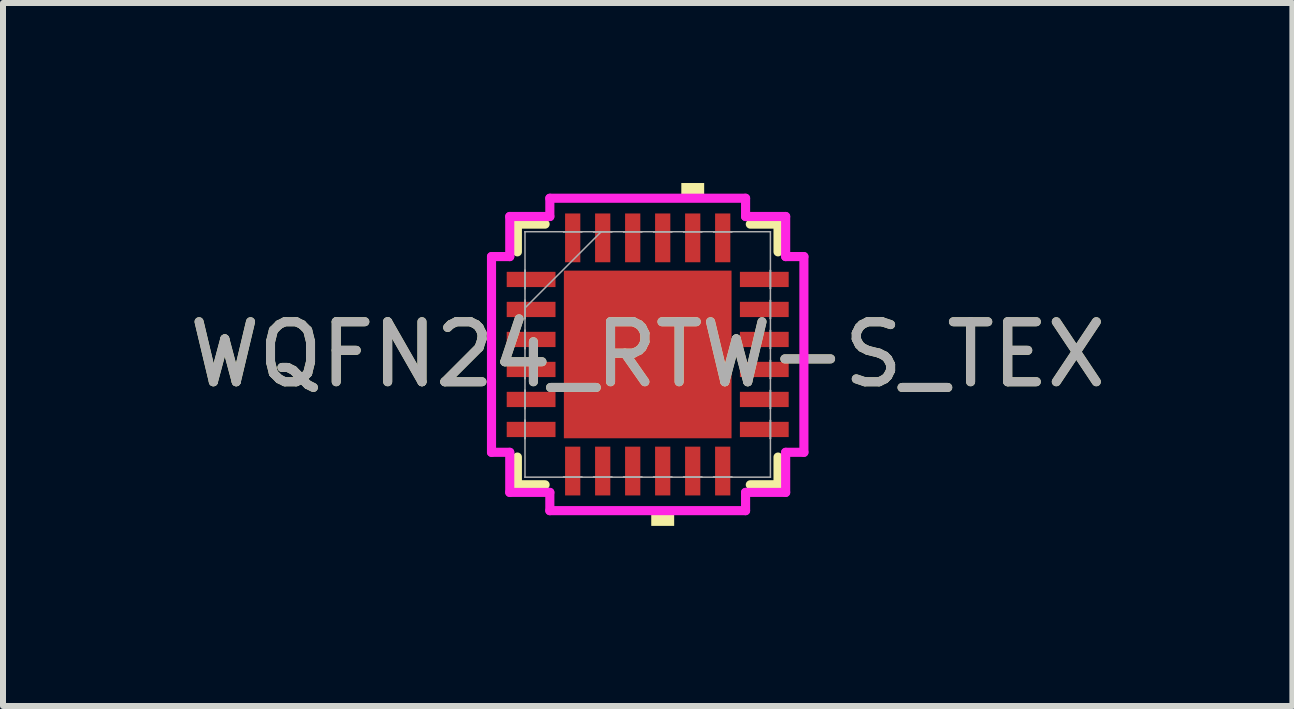
<source format=kicad_pcb>
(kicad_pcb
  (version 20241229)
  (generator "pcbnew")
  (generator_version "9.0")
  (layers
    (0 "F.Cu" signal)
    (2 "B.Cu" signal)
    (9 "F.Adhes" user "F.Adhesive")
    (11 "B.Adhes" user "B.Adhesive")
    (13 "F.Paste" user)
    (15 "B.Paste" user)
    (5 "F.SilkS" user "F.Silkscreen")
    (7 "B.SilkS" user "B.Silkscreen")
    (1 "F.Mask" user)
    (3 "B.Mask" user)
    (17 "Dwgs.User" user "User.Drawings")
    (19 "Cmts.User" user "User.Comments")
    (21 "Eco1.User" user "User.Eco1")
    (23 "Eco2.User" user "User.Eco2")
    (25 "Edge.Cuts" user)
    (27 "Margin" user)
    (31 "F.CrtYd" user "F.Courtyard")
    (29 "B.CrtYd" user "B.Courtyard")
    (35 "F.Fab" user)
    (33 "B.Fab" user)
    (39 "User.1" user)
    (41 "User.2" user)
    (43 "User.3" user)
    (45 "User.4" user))
  (footprint "WQFN24_RTW-S_TEX"
    (layer "F.Cu")
    (at 7.744 2.857)
    (property "Reference" "WQFN24_RTW-S_TEX" (at 0 0 0) (unlocked yes) (layer "F.SilkS") (effects (font (size 1 1) (thickness 0.15))))
    (attr smd)
    (fp_line (start -2.172 -2.172) (end -2.172 -1.71) (stroke (width 0.152) (type solid)) (layer "F.SilkS"))
    (fp_line (start -2.172 1.71) (end -2.172 2.172) (stroke (width 0.152) (type solid)) (layer "F.SilkS"))
    (fp_line (start -2.172 2.172) (end -1.71 2.172) (stroke (width 0.152) (type solid)) (layer "F.SilkS"))
    (fp_line (start -1.71 -2.172) (end -2.172 -2.172) (stroke (width 0.152) (type solid)) (layer "F.SilkS"))
    (fp_line (start 1.71 2.172) (end 2.172 2.172) (stroke (width 0.152) (type solid)) (layer "F.SilkS"))
    (fp_line (start 2.172 -2.172) (end 1.71 -2.172) (stroke (width 0.152) (type solid)) (layer "F.SilkS"))
    (fp_line (start 2.172 -1.71) (end 2.172 -2.172) (stroke (width 0.152) (type solid)) (layer "F.SilkS"))
    (fp_line (start 2.172 2.172) (end 2.172 1.71) (stroke (width 0.152) (type solid)) (layer "F.SilkS"))
    (fp_poly (pts (xy 0.059 2.603) (xy 0.059 2.857) (xy 0.441 2.857) (xy 0.441 2.603)) (stroke (width 0) (type solid)) (fill yes) (layer "F.SilkS"))
    (fp_poly (pts (xy 0.56 -2.603) (xy 0.56 -2.857) (xy 0.941 -2.857) (xy 0.941 -2.603)) (stroke (width 0) (type solid)) (fill yes) (layer "F.SilkS"))
    (fp_poly (pts (xy -1.297 -1.297) (xy -1.297 -0.1) (xy -0.1 -0.1) (xy -0.1 -1.297)) (stroke (width 0) (type solid)) (fill yes) (layer "F.Paste"))
    (fp_poly (pts (xy -1.297 0.1) (xy -1.297 1.297) (xy -0.1 1.297) (xy -0.1 0.1)) (stroke (width 0) (type solid)) (fill yes) (layer "F.Paste"))
    (fp_poly (pts (xy 0.1 -1.297) (xy 0.1 -0.1) (xy 1.297 -0.1) (xy 1.297 -1.297)) (stroke (width 0) (type solid)) (fill yes) (layer "F.Paste"))
    (fp_poly (pts (xy 0.1 0.1) (xy 0.1 1.297) (xy 1.297 1.297) (xy 1.297 0.1)) (stroke (width 0) (type solid)) (fill yes) (layer "F.Paste"))
    (fp_line (start -2.603 -1.631) (end -2.299 -1.631) (stroke (width 0.152) (type solid)) (layer "F.CrtYd"))
    (fp_line (start -2.603 1.631) (end -2.603 -1.631) (stroke (width 0.152) (type solid)) (layer "F.CrtYd"))
    (fp_line (start -2.299 -2.299) (end -1.631 -2.299) (stroke (width 0.152) (type solid)) (layer "F.CrtYd"))
    (fp_line (start -2.299 -1.631) (end -2.299 -2.299) (stroke (width 0.152) (type solid)) (layer "F.CrtYd"))
    (fp_line (start -2.299 1.631) (end -2.603 1.631) (stroke (width 0.152) (type solid)) (layer "F.CrtYd"))
    (fp_line (start -2.299 2.299) (end -2.299 1.631) (stroke (width 0.152) (type solid)) (layer "F.CrtYd"))
    (fp_line (start -1.631 -2.603) (end 1.631 -2.603) (stroke (width 0.152) (type solid)) (layer "F.CrtYd"))
    (fp_line (start -1.631 -2.299) (end -1.631 -2.603) (stroke (width 0.152) (type solid)) (layer "F.CrtYd"))
    (fp_line (start -1.631 2.299) (end -2.299 2.299) (stroke (width 0.152) (type solid)) (layer "F.CrtYd"))
    (fp_line (start -1.631 2.603) (end -1.631 2.299) (stroke (width 0.152) (type solid)) (layer "F.CrtYd"))
    (fp_line (start 1.631 -2.603) (end 1.631 -2.299) (stroke (width 0.152) (type solid)) (layer "F.CrtYd"))
    (fp_line (start 1.631 -2.299) (end 2.299 -2.299) (stroke (width 0.152) (type solid)) (layer "F.CrtYd"))
    (fp_line (start 1.631 2.299) (end 1.631 2.603) (stroke (width 0.152) (type solid)) (layer "F.CrtYd"))
    (fp_line (start 1.631 2.603) (end -1.631 2.603) (stroke (width 0.152) (type solid)) (layer "F.CrtYd"))
    (fp_line (start 2.299 -2.299) (end 2.299 -1.631) (stroke (width 0.152) (type solid)) (layer "F.CrtYd"))
    (fp_line (start 2.299 -1.631) (end 2.603 -1.631) (stroke (width 0.152) (type solid)) (layer "F.CrtYd"))
    (fp_line (start 2.299 1.631) (end 2.299 2.299) (stroke (width 0.152) (type solid)) (layer "F.CrtYd"))
    (fp_line (start 2.299 2.299) (end 1.631 2.299) (stroke (width 0.152) (type solid)) (layer "F.CrtYd"))
    (fp_line (start 2.603 -1.631) (end 2.603 1.631) (stroke (width 0.152) (type solid)) (layer "F.CrtYd"))
    (fp_line (start 2.603 1.631) (end 2.299 1.631) (stroke (width 0.152) (type solid)) (layer "F.CrtYd"))
    (fp_line (start -2.045 -2.045) (end -2.045 -2.045) (stroke (width 0.025) (type solid)) (layer "F.Fab"))
    (fp_line (start -2.045 -2.045) (end -2.045 2.045) (stroke (width 0.025) (type solid)) (layer "F.Fab"))
    (fp_line (start -2.045 -1.402) (end -2.045 -1.402) (stroke (width 0.025) (type solid)) (layer "F.Fab"))
    (fp_line (start -2.045 -1.402) (end -2.045 -1.098) (stroke (width 0.025) (type solid)) (layer "F.Fab"))
    (fp_line (start -2.045 -1.098) (end -2.045 -1.402) (stroke (width 0.025) (type solid)) (layer "F.Fab"))
    (fp_line (start -2.045 -1.098) (end -2.045 -1.098) (stroke (width 0.025) (type solid)) (layer "F.Fab"))
    (fp_line (start -2.045 -0.902) (end -2.045 -0.902) (stroke (width 0.025) (type solid)) (layer "F.Fab"))
    (fp_line (start -2.045 -0.902) (end -2.045 -0.598) (stroke (width 0.025) (type solid)) (layer "F.Fab"))
    (fp_line (start -2.045 -0.775) (end -0.775 -2.045) (stroke (width 0.025) (type solid)) (layer "F.Fab"))
    (fp_line (start -2.045 -0.598) (end -2.045 -0.902) (stroke (width 0.025) (type solid)) (layer "F.Fab"))
    (fp_line (start -2.045 -0.598) (end -2.045 -0.598) (stroke (width 0.025) (type solid)) (layer "F.Fab"))
    (fp_line (start -2.045 -0.402) (end -2.045 -0.402) (stroke (width 0.025) (type solid)) (layer "F.Fab"))
    (fp_line (start -2.045 -0.402) (end -2.045 -0.098) (stroke (width 0.025) (type solid)) (layer "F.Fab"))
    (fp_line (start -2.045 -0.098) (end -2.045 -0.402) (stroke (width 0.025) (type solid)) (layer "F.Fab"))
    (fp_line (start -2.045 -0.098) (end -2.045 -0.098) (stroke (width 0.025) (type solid)) (layer "F.Fab"))
    (fp_line (start -2.045 0.098) (end -2.045 0.098) (stroke (width 0.025) (type solid)) (layer "F.Fab"))
    (fp_line (start -2.045 0.098) (end -2.045 0.402) (stroke (width 0.025) (type solid)) (layer "F.Fab"))
    (fp_line (start -2.045 0.402) (end -2.045 0.098) (stroke (width 0.025) (type solid)) (layer "F.Fab"))
    (fp_line (start -2.045 0.402) (end -2.045 0.402) (stroke (width 0.025) (type solid)) (layer "F.Fab"))
    (fp_line (start -2.045 0.598) (end -2.045 0.598) (stroke (width 0.025) (type solid)) (layer "F.Fab"))
    (fp_line (start -2.045 0.598) (end -2.045 0.902) (stroke (width 0.025) (type solid)) (layer "F.Fab"))
    (fp_line (start -2.045 0.902) (end -2.045 0.598) (stroke (width 0.025) (type solid)) (layer "F.Fab"))
    (fp_line (start -2.045 0.902) (end -2.045 0.902) (stroke (width 0.025) (type solid)) (layer "F.Fab"))
    (fp_line (start -2.045 1.098) (end -2.045 1.098) (stroke (width 0.025) (type solid)) (layer "F.Fab"))
    (fp_line (start -2.045 1.098) (end -2.045 1.402) (stroke (width 0.025) (type solid)) (layer "F.Fab"))
    (fp_line (start -2.045 1.402) (end -2.045 1.098) (stroke (width 0.025) (type solid)) (layer "F.Fab"))
    (fp_line (start -2.045 1.402) (end -2.045 1.402) (stroke (width 0.025) (type solid)) (layer "F.Fab"))
    (fp_line (start -2.045 2.045) (end -2.045 2.045) (stroke (width 0.025) (type solid)) (layer "F.Fab"))
    (fp_line (start -2.045 2.045) (end 2.045 2.045) (stroke (width 0.025) (type solid)) (layer "F.Fab"))
    (fp_line (start -1.402 -2.045) (end -1.402 -2.045) (stroke (width 0.025) (type solid)) (layer "F.Fab"))
    (fp_line (start -1.402 -2.045) (end -1.098 -2.045) (stroke (width 0.025) (type solid)) (layer "F.Fab"))
    (fp_line (start -1.402 2.045) (end -1.402 2.045) (stroke (width 0.025) (type solid)) (layer "F.Fab"))
    (fp_line (start -1.402 2.045) (end -1.098 2.045) (stroke (width 0.025) (type solid)) (layer "F.Fab"))
    (fp_line (start -1.098 -2.045) (end -1.402 -2.045) (stroke (width 0.025) (type solid)) (layer "F.Fab"))
    (fp_line (start -1.098 -2.045) (end -1.098 -2.045) (stroke (width 0.025) (type solid)) (layer "F.Fab"))
    (fp_line (start -1.098 2.045) (end -1.402 2.045) (stroke (width 0.025) (type solid)) (layer "F.Fab"))
    (fp_line (start -1.098 2.045) (end -1.098 2.045) (stroke (width 0.025) (type solid)) (layer "F.Fab"))
    (fp_line (start -0.902 -2.045) (end -0.902 -2.045) (stroke (width 0.025) (type solid)) (layer "F.Fab"))
    (fp_line (start -0.902 -2.045) (end -0.598 -2.045) (stroke (width 0.025) (type solid)) (layer "F.Fab"))
    (fp_line (start -0.902 2.045) (end -0.902 2.045) (stroke (width 0.025) (type solid)) (layer "F.Fab"))
    (fp_line (start -0.902 2.045) (end -0.598 2.045) (stroke (width 0.025) (type solid)) (layer "F.Fab"))
    (fp_line (start -0.598 -2.045) (end -0.902 -2.045) (stroke (width 0.025) (type solid)) (layer "F.Fab"))
    (fp_line (start -0.598 -2.045) (end -0.598 -2.045) (stroke (width 0.025) (type solid)) (layer "F.Fab"))
    (fp_line (start -0.598 2.045) (end -0.902 2.045) (stroke (width 0.025) (type solid)) (layer "F.Fab"))
    (fp_line (start -0.598 2.045) (end -0.598 2.045) (stroke (width 0.025) (type solid)) (layer "F.Fab"))
    (fp_line (start -0.402 -2.045) (end -0.402 -2.045) (stroke (width 0.025) (type solid)) (layer "F.Fab"))
    (fp_line (start -0.402 -2.045) (end -0.098 -2.045) (stroke (width 0.025) (type solid)) (layer "F.Fab"))
    (fp_line (start -0.402 2.045) (end -0.402 2.045) (stroke (width 0.025) (type solid)) (layer "F.Fab"))
    (fp_line (start -0.402 2.045) (end -0.098 2.045) (stroke (width 0.025) (type solid)) (layer "F.Fab"))
    (fp_line (start -0.098 -2.045) (end -0.402 -2.045) (stroke (width 0.025) (type solid)) (layer "F.Fab"))
    (fp_line (start -0.098 -2.045) (end -0.098 -2.045) (stroke (width 0.025) (type solid)) (layer "F.Fab"))
    (fp_line (start -0.098 2.045) (end -0.402 2.045) (stroke (width 0.025) (type solid)) (layer "F.Fab"))
    (fp_line (start -0.098 2.045) (end -0.098 2.045) (stroke (width 0.025) (type solid)) (layer "F.Fab"))
    (fp_line (start 0.098 -2.045) (end 0.098 -2.045) (stroke (width 0.025) (type solid)) (layer "F.Fab"))
    (fp_line (start 0.098 -2.045) (end 0.402 -2.045) (stroke (width 0.025) (type solid)) (layer "F.Fab"))
    (fp_line (start 0.098 2.045) (end 0.098 2.045) (stroke (width 0.025) (type solid)) (layer "F.Fab"))
    (fp_line (start 0.098 2.045) (end 0.402 2.045) (stroke (width 0.025) (type solid)) (layer "F.Fab"))
    (fp_line (start 0.402 -2.045) (end 0.098 -2.045) (stroke (width 0.025) (type solid)) (layer "F.Fab"))
    (fp_line (start 0.402 -2.045) (end 0.402 -2.045) (stroke (width 0.025) (type solid)) (layer "F.Fab"))
    (fp_line (start 0.402 2.045) (end 0.098 2.045) (stroke (width 0.025) (type solid)) (layer "F.Fab"))
    (fp_line (start 0.402 2.045) (end 0.402 2.045) (stroke (width 0.025) (type solid)) (layer "F.Fab"))
    (fp_line (start 0.598 -2.045) (end 0.598 -2.045) (stroke (width 0.025) (type solid)) (layer "F.Fab"))
    (fp_line (start 0.598 -2.045) (end 0.902 -2.045) (stroke (width 0.025) (type solid)) (layer "F.Fab"))
    (fp_line (start 0.598 2.045) (end 0.598 2.045) (stroke (width 0.025) (type solid)) (layer "F.Fab"))
    (fp_line (start 0.598 2.045) (end 0.902 2.045) (stroke (width 0.025) (type solid)) (layer "F.Fab"))
    (fp_line (start 0.902 -2.045) (end 0.598 -2.045) (stroke (width 0.025) (type solid)) (layer "F.Fab"))
    (fp_line (start 0.902 -2.045) (end 0.902 -2.045) (stroke (width 0.025) (type solid)) (layer "F.Fab"))
    (fp_line (start 0.902 2.045) (end 0.598 2.045) (stroke (width 0.025) (type solid)) (layer "F.Fab"))
    (fp_line (start 0.902 2.045) (end 0.902 2.045) (stroke (width 0.025) (type solid)) (layer "F.Fab"))
    (fp_line (start 1.098 -2.045) (end 1.098 -2.045) (stroke (width 0.025) (type solid)) (layer "F.Fab"))
    (fp_line (start 1.098 -2.045) (end 1.402 -2.045) (stroke (width 0.025) (type solid)) (layer "F.Fab"))
    (fp_line (start 1.098 2.045) (end 1.098 2.045) (stroke (width 0.025) (type solid)) (layer "F.Fab"))
    (fp_line (start 1.098 2.045) (end 1.402 2.045) (stroke (width 0.025) (type solid)) (layer "F.Fab"))
    (fp_line (start 1.402 -2.045) (end 1.098 -2.045) (stroke (width 0.025) (type solid)) (layer "F.Fab"))
    (fp_line (start 1.402 -2.045) (end 1.402 -2.045) (stroke (width 0.025) (type solid)) (layer "F.Fab"))
    (fp_line (start 1.402 2.045) (end 1.098 2.045) (stroke (width 0.025) (type solid)) (layer "F.Fab"))
    (fp_line (start 1.402 2.045) (end 1.402 2.045) (stroke (width 0.025) (type solid)) (layer "F.Fab"))
    (fp_line (start 2.045 -2.045) (end -2.045 -2.045) (stroke (width 0.025) (type solid)) (layer "F.Fab"))
    (fp_line (start 2.045 -2.045) (end 2.045 -2.045) (stroke (width 0.025) (type solid)) (layer "F.Fab"))
    (fp_line (start 2.045 -1.402) (end 2.045 -1.402) (stroke (width 0.025) (type solid)) (layer "F.Fab"))
    (fp_line (start 2.045 -1.402) (end 2.045 -1.098) (stroke (width 0.025) (type solid)) (layer "F.Fab"))
    (fp_line (start 2.045 -1.098) (end 2.045 -1.402) (stroke (width 0.025) (type solid)) (layer "F.Fab"))
    (fp_line (start 2.045 -1.098) (end 2.045 -1.098) (stroke (width 0.025) (type solid)) (layer "F.Fab"))
    (fp_line (start 2.045 -0.902) (end 2.045 -0.902) (stroke (width 0.025) (type solid)) (layer "F.Fab"))
    (fp_line (start 2.045 -0.902) (end 2.045 -0.598) (stroke (width 0.025) (type solid)) (layer "F.Fab"))
    (fp_line (start 2.045 -0.598) (end 2.045 -0.902) (stroke (width 0.025) (type solid)) (layer "F.Fab"))
    (fp_line (start 2.045 -0.598) (end 2.045 -0.598) (stroke (width 0.025) (type solid)) (layer "F.Fab"))
    (fp_line (start 2.045 -0.402) (end 2.045 -0.402) (stroke (width 0.025) (type solid)) (layer "F.Fab"))
    (fp_line (start 2.045 -0.402) (end 2.045 -0.098) (stroke (width 0.025) (type solid)) (layer "F.Fab"))
    (fp_line (start 2.045 -0.098) (end 2.045 -0.402) (stroke (width 0.025) (type solid)) (layer "F.Fab"))
    (fp_line (start 2.045 -0.098) (end 2.045 -0.098) (stroke (width 0.025) (type solid)) (layer "F.Fab"))
    (fp_line (start 2.045 0.098) (end 2.045 0.098) (stroke (width 0.025) (type solid)) (layer "F.Fab"))
    (fp_line (start 2.045 0.098) (end 2.045 0.402) (stroke (width 0.025) (type solid)) (layer "F.Fab"))
    (fp_line (start 2.045 0.402) (end 2.045 0.098) (stroke (width 0.025) (type solid)) (layer "F.Fab"))
    (fp_line (start 2.045 0.402) (end 2.045 0.402) (stroke (width 0.025) (type solid)) (layer "F.Fab"))
    (fp_line (start 2.045 0.598) (end 2.045 0.598) (stroke (width 0.025) (type solid)) (layer "F.Fab"))
    (fp_line (start 2.045 0.598) (end 2.045 0.902) (stroke (width 0.025) (type solid)) (layer "F.Fab"))
    (fp_line (start 2.045 0.902) (end 2.045 0.598) (stroke (width 0.025) (type solid)) (layer "F.Fab"))
    (fp_line (start 2.045 0.902) (end 2.045 0.902) (stroke (width 0.025) (type solid)) (layer "F.Fab"))
    (fp_line (start 2.045 1.098) (end 2.045 1.098) (stroke (width 0.025) (type solid)) (layer "F.Fab"))
    (fp_line (start 2.045 1.098) (end 2.045 1.402) (stroke (width 0.025) (type solid)) (layer "F.Fab"))
    (fp_line (start 2.045 1.402) (end 2.045 1.098) (stroke (width 0.025) (type solid)) (layer "F.Fab"))
    (fp_line (start 2.045 1.402) (end 2.045 1.402) (stroke (width 0.025) (type solid)) (layer "F.Fab"))
    (fp_line (start 2.045 2.045) (end 2.045 -2.045) (stroke (width 0.025) (type solid)) (layer "F.Fab"))
    (fp_line (start 2.045 2.045) (end 2.045 2.045) (stroke (width 0.025) (type solid)) (layer "F.Fab"))
    (fp_text user "${REFERENCE}" (at 0 0 0) (unlocked yes) (layer "F.Fab") (effects (font (size 1 1) (thickness 0.15))))
    (pad "1" smd rect (at -1.943 -1.25 90) (size 0.254 0.813) (layers "F.Cu" "F.Mask" "F.Paste"))
    (pad "2" smd rect (at -1.943 -0.75 90) (size 0.254 0.813) (layers "F.Cu" "F.Mask" "F.Paste"))
    (pad "3" smd rect (at -1.943 -0.25 90) (size 0.254 0.813) (layers "F.Cu" "F.Mask" "F.Paste"))
    (pad "4" smd rect (at -1.943 0.25 90) (size 0.254 0.813) (layers "F.Cu" "F.Mask" "F.Paste"))
    (pad "5" smd rect (at -1.943 0.75 90) (size 0.254 0.813) (layers "F.Cu" "F.Mask" "F.Paste"))
    (pad "6" smd rect (at -1.943 1.25 90) (size 0.254 0.813) (layers "F.Cu" "F.Mask" "F.Paste"))
    (pad "7" smd rect (at -1.25 1.943) (size 0.254 0.813) (layers "F.Cu" "F.Mask" "F.Paste"))
    (pad "8" smd rect (at -0.75 1.943) (size 0.254 0.813) (layers "F.Cu" "F.Mask" "F.Paste"))
    (pad "9" smd rect (at -0.25 1.943) (size 0.254 0.813) (layers "F.Cu" "F.Mask" "F.Paste"))
    (pad "10" smd rect (at 0.25 1.943) (size 0.254 0.813) (layers "F.Cu" "F.Mask" "F.Paste"))
    (pad "11" smd rect (at 0.75 1.943) (size 0.254 0.813) (layers "F.Cu" "F.Mask" "F.Paste"))
    (pad "12" smd rect (at 1.25 1.943) (size 0.254 0.813) (layers "F.Cu" "F.Mask" "F.Paste"))
    (pad "13" smd rect (at 1.943 1.25 90) (size 0.254 0.813) (layers "F.Cu" "F.Mask" "F.Paste"))
    (pad "14" smd rect (at 1.943 0.75 90) (size 0.254 0.813) (layers "F.Cu" "F.Mask" "F.Paste"))
    (pad "15" smd rect (at 1.943 0.25 90) (size 0.254 0.813) (layers "F.Cu" "F.Mask" "F.Paste"))
    (pad "16" smd rect (at 1.943 -0.25 90) (size 0.254 0.813) (layers "F.Cu" "F.Mask" "F.Paste"))
    (pad "17" smd rect (at 1.943 -0.75 90) (size 0.254 0.813) (layers "F.Cu" "F.Mask" "F.Paste"))
    (pad "18" smd rect (at 1.943 -1.25 90) (size 0.254 0.813) (layers "F.Cu" "F.Mask" "F.Paste"))
    (pad "19" smd rect (at 1.25 -1.943) (size 0.254 0.813) (layers "F.Cu" "F.Mask" "F.Paste"))
    (pad "20" smd rect (at 0.75 -1.943) (size 0.254 0.813) (layers "F.Cu" "F.Mask" "F.Paste"))
    (pad "21" smd rect (at 0.25 -1.943) (size 0.254 0.813) (layers "F.Cu" "F.Mask" "F.Paste"))
    (pad "22" smd rect (at -0.25 -1.943) (size 0.254 0.813) (layers "F.Cu" "F.Mask" "F.Paste"))
    (pad "23" smd rect (at -0.75 -1.943) (size 0.254 0.813) (layers "F.Cu" "F.Mask" "F.Paste"))
    (pad "24" smd rect (at -1.25 -1.943) (size 0.254 0.813) (layers "F.Cu" "F.Mask" "F.Paste"))
    (pad "25" smd rect (at 0 0) (size 2.794 2.794) (layers "F.Cu" "F.Mask" "F.Paste")))
  (gr_rect
    (start -3 -3)
    (end 18.488 8.715)
    (stroke (width 0.1) (type default))
    (fill no)
    (layer "Edge.Cuts")))
</source>
